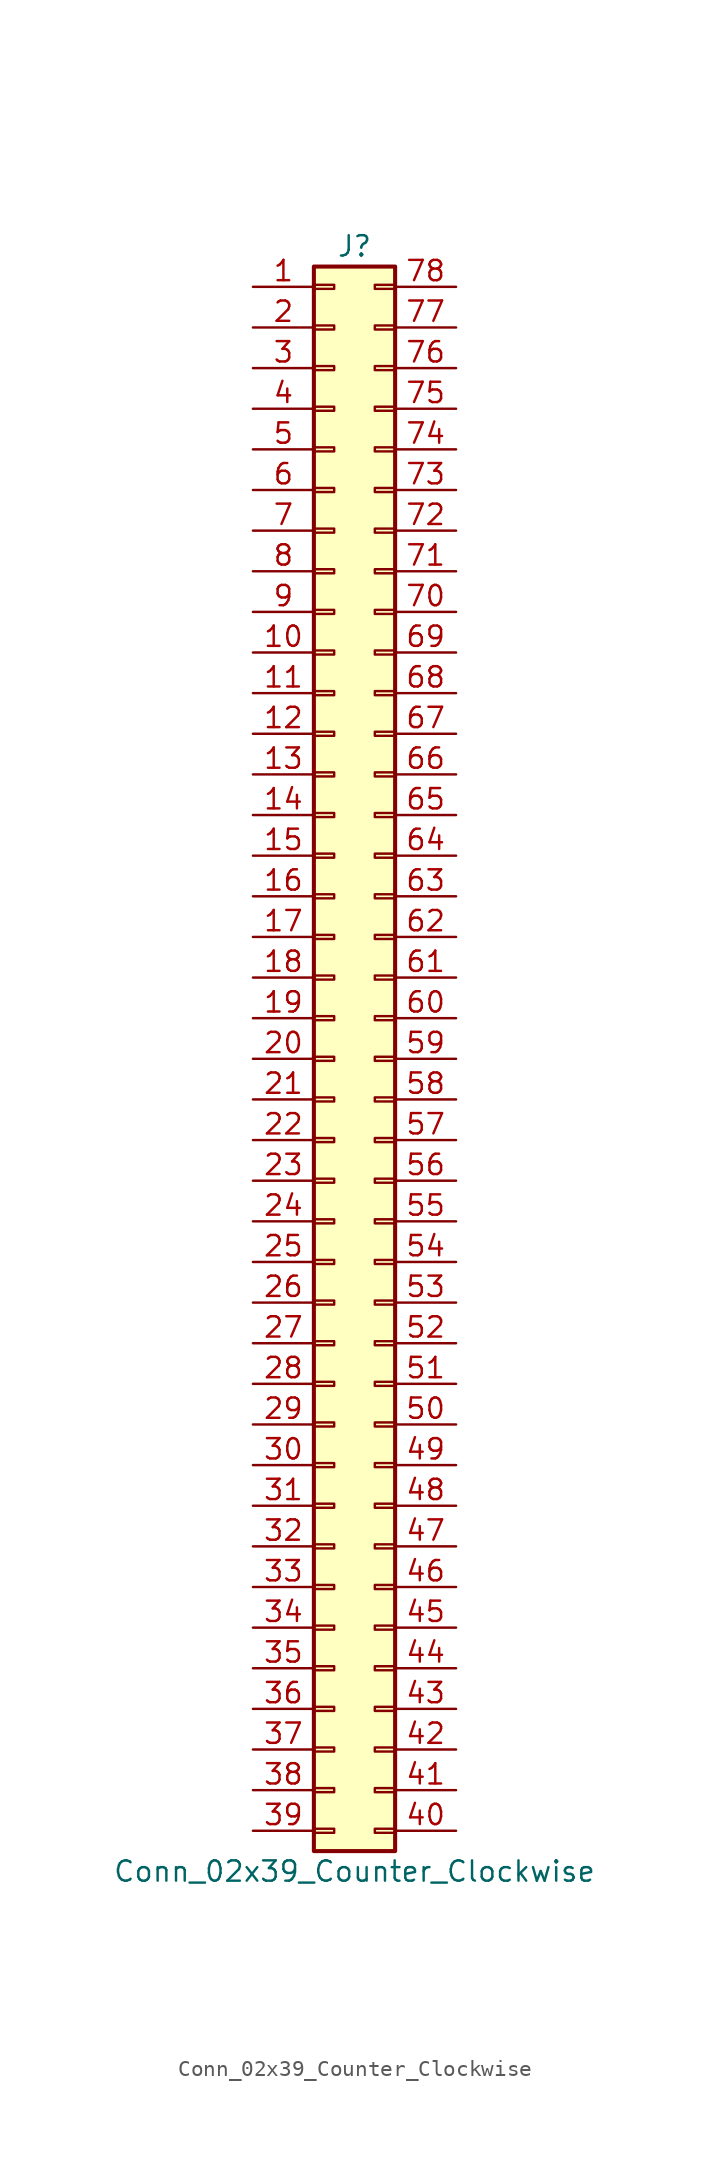
<source format=kicad_sym>
(kicad_symbol_lib
  (version 20201005)
  (generator kicad_symbol_editor)
  (symbol "Conn_02x39_Counter_Clockwise"
    (pin_names
      (offset 1.016) hide)
    (property "Reference" "J"
      (at 1.27 50.8 0)
      (effects (font (size 1.27 1.27))))
    (property "Value" "Conn_02x39_Counter_Clockwise"
      (at 1.27 -50.8 0)
      (effects (font (size 1.27 1.27))))
    (symbol "Conn_02x39_Counter_Clockwise_1_1"
      (rectangle (start -1.27 -48.133) (end 0 -48.387) (stroke (width 0.152)) (fill (type none)))
      (rectangle (start -1.27 -45.593) (end 0 -45.847) (stroke (width 0.152)) (fill (type none)))
      (rectangle (start -1.27 -43.053) (end 0 -43.307) (stroke (width 0.152)) (fill (type none)))
      (rectangle (start -1.27 -40.513) (end 0 -40.767) (stroke (width 0.152)) (fill (type none)))
      (rectangle (start -1.27 -37.973) (end 0 -38.227) (stroke (width 0.152)) (fill (type none)))
      (rectangle (start -1.27 -35.433) (end 0 -35.687) (stroke (width 0.152)) (fill (type none)))
      (rectangle (start -1.27 -32.893) (end 0 -33.147) (stroke (width 0.152)) (fill (type none)))
      (rectangle (start -1.27 -30.353) (end 0 -30.607) (stroke (width 0.152)) (fill (type none)))
      (rectangle (start -1.27 -27.813) (end 0 -28.067) (stroke (width 0.152)) (fill (type none)))
      (rectangle (start -1.27 -25.273) (end 0 -25.527) (stroke (width 0.152)) (fill (type none)))
      (rectangle (start -1.27 -22.733) (end 0 -22.987) (stroke (width 0.152)) (fill (type none)))
      (rectangle (start -1.27 -20.193) (end 0 -20.447) (stroke (width 0.152)) (fill (type none)))
      (rectangle (start -1.27 -17.653) (end 0 -17.907) (stroke (width 0.152)) (fill (type none)))
      (rectangle (start -1.27 -15.113) (end 0 -15.367) (stroke (width 0.152)) (fill (type none)))
      (rectangle (start -1.27 -12.573) (end 0 -12.827) (stroke (width 0.152)) (fill (type none)))
      (rectangle (start -1.27 -10.033) (end 0 -10.287) (stroke (width 0.152)) (fill (type none)))
      (rectangle (start -1.27 -7.493) (end 0 -7.747) (stroke (width 0.152)) (fill (type none)))
      (rectangle (start -1.27 -4.953) (end 0 -5.207) (stroke (width 0.152)) (fill (type none)))
      (rectangle (start -1.27 -2.413) (end 0 -2.667) (stroke (width 0.152)) (fill (type none)))
      (rectangle (start -1.27 0.127) (end 0 -0.127) (stroke (width 0.152)) (fill (type none)))
      (rectangle (start -1.27 2.667) (end 0 2.413) (stroke (width 0.152)) (fill (type none)))
      (rectangle (start -1.27 5.207) (end 0 4.953) (stroke (width 0.152)) (fill (type none)))
      (rectangle (start -1.27 7.747) (end 0 7.493) (stroke (width 0.152)) (fill (type none)))
      (rectangle (start -1.27 10.287) (end 0 10.033) (stroke (width 0.152)) (fill (type none)))
      (rectangle (start -1.27 12.827) (end 0 12.573) (stroke (width 0.152)) (fill (type none)))
      (rectangle (start -1.27 15.367) (end 0 15.113) (stroke (width 0.152)) (fill (type none)))
      (rectangle (start -1.27 17.907) (end 0 17.653) (stroke (width 0.152)) (fill (type none)))
      (rectangle (start -1.27 20.447) (end 0 20.193) (stroke (width 0.152)) (fill (type none)))
      (rectangle (start -1.27 22.987) (end 0 22.733) (stroke (width 0.152)) (fill (type none)))
      (rectangle (start -1.27 25.527) (end 0 25.273) (stroke (width 0.152)) (fill (type none)))
      (rectangle (start -1.27 28.067) (end 0 27.813) (stroke (width 0.152)) (fill (type none)))
      (rectangle (start -1.27 30.607) (end 0 30.353) (stroke (width 0.152)) (fill (type none)))
      (rectangle (start -1.27 33.147) (end 0 32.893) (stroke (width 0.152)) (fill (type none)))
      (rectangle (start -1.27 35.687) (end 0 35.433) (stroke (width 0.152)) (fill (type none)))
      (rectangle (start -1.27 38.227) (end 0 37.973) (stroke (width 0.152)) (fill (type none)))
      (rectangle (start -1.27 40.767) (end 0 40.513) (stroke (width 0.152)) (fill (type none)))
      (rectangle (start -1.27 43.307) (end 0 43.053) (stroke (width 0.152)) (fill (type none)))
      (rectangle (start -1.27 45.847) (end 0 45.593) (stroke (width 0.152)) (fill (type none)))
      (rectangle (start -1.27 48.387) (end 0 48.133) (stroke (width 0.152)) (fill (type none)))
      (rectangle (start -1.27 49.53) (end 3.81 -49.53) (stroke (width 0.254)) (fill (type background)))
      (rectangle (start 3.81 -48.133) (end 2.54 -48.387) (stroke (width 0.152)) (fill (type none)))
      (rectangle (start 3.81 -45.593) (end 2.54 -45.847) (stroke (width 0.152)) (fill (type none)))
      (rectangle (start 3.81 -43.053) (end 2.54 -43.307) (stroke (width 0.152)) (fill (type none)))
      (rectangle (start 3.81 -40.513) (end 2.54 -40.767) (stroke (width 0.152)) (fill (type none)))
      (rectangle (start 3.81 -37.973) (end 2.54 -38.227) (stroke (width 0.152)) (fill (type none)))
      (rectangle (start 3.81 -35.433) (end 2.54 -35.687) (stroke (width 0.152)) (fill (type none)))
      (rectangle (start 3.81 -32.893) (end 2.54 -33.147) (stroke (width 0.152)) (fill (type none)))
      (rectangle (start 3.81 -30.353) (end 2.54 -30.607) (stroke (width 0.152)) (fill (type none)))
      (rectangle (start 3.81 -27.813) (end 2.54 -28.067) (stroke (width 0.152)) (fill (type none)))
      (rectangle (start 3.81 -25.273) (end 2.54 -25.527) (stroke (width 0.152)) (fill (type none)))
      (rectangle (start 3.81 -22.733) (end 2.54 -22.987) (stroke (width 0.152)) (fill (type none)))
      (rectangle (start 3.81 -20.193) (end 2.54 -20.447) (stroke (width 0.152)) (fill (type none)))
      (rectangle (start 3.81 -17.653) (end 2.54 -17.907) (stroke (width 0.152)) (fill (type none)))
      (rectangle (start 3.81 -15.113) (end 2.54 -15.367) (stroke (width 0.152)) (fill (type none)))
      (rectangle (start 3.81 -12.573) (end 2.54 -12.827) (stroke (width 0.152)) (fill (type none)))
      (rectangle (start 3.81 -10.033) (end 2.54 -10.287) (stroke (width 0.152)) (fill (type none)))
      (rectangle (start 3.81 -7.493) (end 2.54 -7.747) (stroke (width 0.152)) (fill (type none)))
      (rectangle (start 3.81 -4.953) (end 2.54 -5.207) (stroke (width 0.152)) (fill (type none)))
      (rectangle (start 3.81 -2.413) (end 2.54 -2.667) (stroke (width 0.152)) (fill (type none)))
      (rectangle (start 3.81 0.127) (end 2.54 -0.127) (stroke (width 0.152)) (fill (type none)))
      (rectangle (start 3.81 2.667) (end 2.54 2.413) (stroke (width 0.152)) (fill (type none)))
      (rectangle (start 3.81 5.207) (end 2.54 4.953) (stroke (width 0.152)) (fill (type none)))
      (rectangle (start 3.81 7.747) (end 2.54 7.493) (stroke (width 0.152)) (fill (type none)))
      (rectangle (start 3.81 10.287) (end 2.54 10.033) (stroke (width 0.152)) (fill (type none)))
      (rectangle (start 3.81 12.827) (end 2.54 12.573) (stroke (width 0.152)) (fill (type none)))
      (rectangle (start 3.81 15.367) (end 2.54 15.113) (stroke (width 0.152)) (fill (type none)))
      (rectangle (start 3.81 17.907) (end 2.54 17.653) (stroke (width 0.152)) (fill (type none)))
      (rectangle (start 3.81 20.447) (end 2.54 20.193) (stroke (width 0.152)) (fill (type none)))
      (rectangle (start 3.81 22.987) (end 2.54 22.733) (stroke (width 0.152)) (fill (type none)))
      (rectangle (start 3.81 25.527) (end 2.54 25.273) (stroke (width 0.152)) (fill (type none)))
      (rectangle (start 3.81 28.067) (end 2.54 27.813) (stroke (width 0.152)) (fill (type none)))
      (rectangle (start 3.81 30.607) (end 2.54 30.353) (stroke (width 0.152)) (fill (type none)))
      (rectangle (start 3.81 33.147) (end 2.54 32.893) (stroke (width 0.152)) (fill (type none)))
      (rectangle (start 3.81 35.687) (end 2.54 35.433) (stroke (width 0.152)) (fill (type none)))
      (rectangle (start 3.81 38.227) (end 2.54 37.973) (stroke (width 0.152)) (fill (type none)))
      (rectangle (start 3.81 40.767) (end 2.54 40.513) (stroke (width 0.152)) (fill (type none)))
      (rectangle (start 3.81 43.307) (end 2.54 43.053) (stroke (width 0.152)) (fill (type none)))
      (rectangle (start 3.81 45.847) (end 2.54 45.593) (stroke (width 0.152)) (fill (type none)))
      (rectangle (start 3.81 48.387) (end 2.54 48.133) (stroke (width 0.152)) (fill (type none)))
      (pin passive line (at -5.08 48.26 0) (length 3.81) (name "Pin_1" (effects (font (size 1.27 1.27)))) (number "1" (effects (font (size 1.27 1.27)))))
      (pin passive line (at -5.08 25.4 0) (length 3.81) (name "Pin_10" (effects (font (size 1.27 1.27)))) (number "10" (effects (font (size 1.27 1.27)))))
      (pin passive line (at -5.08 22.86 0) (length 3.81) (name "Pin_11" (effects (font (size 1.27 1.27)))) (number "11" (effects (font (size 1.27 1.27)))))
      (pin passive line (at -5.08 20.32 0) (length 3.81) (name "Pin_12" (effects (font (size 1.27 1.27)))) (number "12" (effects (font (size 1.27 1.27)))))
      (pin passive line (at -5.08 17.78 0) (length 3.81) (name "Pin_13" (effects (font (size 1.27 1.27)))) (number "13" (effects (font (size 1.27 1.27)))))
      (pin passive line (at -5.08 15.24 0) (length 3.81) (name "Pin_14" (effects (font (size 1.27 1.27)))) (number "14" (effects (font (size 1.27 1.27)))))
      (pin passive line (at -5.08 12.7 0) (length 3.81) (name "Pin_15" (effects (font (size 1.27 1.27)))) (number "15" (effects (font (size 1.27 1.27)))))
      (pin passive line (at -5.08 10.16 0) (length 3.81) (name "Pin_16" (effects (font (size 1.27 1.27)))) (number "16" (effects (font (size 1.27 1.27)))))
      (pin passive line (at -5.08 7.62 0) (length 3.81) (name "Pin_17" (effects (font (size 1.27 1.27)))) (number "17" (effects (font (size 1.27 1.27)))))
      (pin passive line (at -5.08 5.08 0) (length 3.81) (name "Pin_18" (effects (font (size 1.27 1.27)))) (number "18" (effects (font (size 1.27 1.27)))))
      (pin passive line (at -5.08 2.54 0) (length 3.81) (name "Pin_19" (effects (font (size 1.27 1.27)))) (number "19" (effects (font (size 1.27 1.27)))))
      (pin passive line (at -5.08 45.72 0) (length 3.81) (name "Pin_2" (effects (font (size 1.27 1.27)))) (number "2" (effects (font (size 1.27 1.27)))))
      (pin passive line (at -5.08 0 0) (length 3.81) (name "Pin_20" (effects (font (size 1.27 1.27)))) (number "20" (effects (font (size 1.27 1.27)))))
      (pin passive line (at -5.08 -2.54 0) (length 3.81) (name "Pin_21" (effects (font (size 1.27 1.27)))) (number "21" (effects (font (size 1.27 1.27)))))
      (pin passive line (at -5.08 -5.08 0) (length 3.81) (name "Pin_22" (effects (font (size 1.27 1.27)))) (number "22" (effects (font (size 1.27 1.27)))))
      (pin passive line (at -5.08 -7.62 0) (length 3.81) (name "Pin_23" (effects (font (size 1.27 1.27)))) (number "23" (effects (font (size 1.27 1.27)))))
      (pin passive line (at -5.08 -10.16 0) (length 3.81) (name "Pin_24" (effects (font (size 1.27 1.27)))) (number "24" (effects (font (size 1.27 1.27)))))
      (pin passive line (at -5.08 -12.7 0) (length 3.81) (name "Pin_25" (effects (font (size 1.27 1.27)))) (number "25" (effects (font (size 1.27 1.27)))))
      (pin passive line (at -5.08 -15.24 0) (length 3.81) (name "Pin_26" (effects (font (size 1.27 1.27)))) (number "26" (effects (font (size 1.27 1.27)))))
      (pin passive line (at -5.08 -17.78 0) (length 3.81) (name "Pin_27" (effects (font (size 1.27 1.27)))) (number "27" (effects (font (size 1.27 1.27)))))
      (pin passive line (at -5.08 -20.32 0) (length 3.81) (name "Pin_28" (effects (font (size 1.27 1.27)))) (number "28" (effects (font (size 1.27 1.27)))))
      (pin passive line (at -5.08 -22.86 0) (length 3.81) (name "Pin_29" (effects (font (size 1.27 1.27)))) (number "29" (effects (font (size 1.27 1.27)))))
      (pin passive line (at -5.08 43.18 0) (length 3.81) (name "Pin_3" (effects (font (size 1.27 1.27)))) (number "3" (effects (font (size 1.27 1.27)))))
      (pin passive line (at -5.08 -25.4 0) (length 3.81) (name "Pin_30" (effects (font (size 1.27 1.27)))) (number "30" (effects (font (size 1.27 1.27)))))
      (pin passive line (at -5.08 -27.94 0) (length 3.81) (name "Pin_31" (effects (font (size 1.27 1.27)))) (number "31" (effects (font (size 1.27 1.27)))))
      (pin passive line (at -5.08 -30.48 0) (length 3.81) (name "Pin_32" (effects (font (size 1.27 1.27)))) (number "32" (effects (font (size 1.27 1.27)))))
      (pin passive line (at -5.08 -33.02 0) (length 3.81) (name "Pin_33" (effects (font (size 1.27 1.27)))) (number "33" (effects (font (size 1.27 1.27)))))
      (pin passive line (at -5.08 -35.56 0) (length 3.81) (name "Pin_34" (effects (font (size 1.27 1.27)))) (number "34" (effects (font (size 1.27 1.27)))))
      (pin passive line (at -5.08 -38.1 0) (length 3.81) (name "Pin_35" (effects (font (size 1.27 1.27)))) (number "35" (effects (font (size 1.27 1.27)))))
      (pin passive line (at -5.08 -40.64 0) (length 3.81) (name "Pin_36" (effects (font (size 1.27 1.27)))) (number "36" (effects (font (size 1.27 1.27)))))
      (pin passive line (at -5.08 -43.18 0) (length 3.81) (name "Pin_37" (effects (font (size 1.27 1.27)))) (number "37" (effects (font (size 1.27 1.27)))))
      (pin passive line (at -5.08 -45.72 0) (length 3.81) (name "Pin_38" (effects (font (size 1.27 1.27)))) (number "38" (effects (font (size 1.27 1.27)))))
      (pin passive line (at -5.08 -48.26 0) (length 3.81) (name "Pin_39" (effects (font (size 1.27 1.27)))) (number "39" (effects (font (size 1.27 1.27)))))
      (pin passive line (at -5.08 40.64 0) (length 3.81) (name "Pin_4" (effects (font (size 1.27 1.27)))) (number "4" (effects (font (size 1.27 1.27)))))
      (pin passive line (at 7.62 -48.26 180) (length 3.81) (name "Pin_40" (effects (font (size 1.27 1.27)))) (number "40" (effects (font (size 1.27 1.27)))))
      (pin passive line (at 7.62 -45.72 180) (length 3.81) (name "Pin_41" (effects (font (size 1.27 1.27)))) (number "41" (effects (font (size 1.27 1.27)))))
      (pin passive line (at 7.62 -43.18 180) (length 3.81) (name "Pin_42" (effects (font (size 1.27 1.27)))) (number "42" (effects (font (size 1.27 1.27)))))
      (pin passive line (at 7.62 -40.64 180) (length 3.81) (name "Pin_43" (effects (font (size 1.27 1.27)))) (number "43" (effects (font (size 1.27 1.27)))))
      (pin passive line (at 7.62 -38.1 180) (length 3.81) (name "Pin_44" (effects (font (size 1.27 1.27)))) (number "44" (effects (font (size 1.27 1.27)))))
      (pin passive line (at 7.62 -35.56 180) (length 3.81) (name "Pin_45" (effects (font (size 1.27 1.27)))) (number "45" (effects (font (size 1.27 1.27)))))
      (pin passive line (at 7.62 -33.02 180) (length 3.81) (name "Pin_46" (effects (font (size 1.27 1.27)))) (number "46" (effects (font (size 1.27 1.27)))))
      (pin passive line (at 7.62 -30.48 180) (length 3.81) (name "Pin_47" (effects (font (size 1.27 1.27)))) (number "47" (effects (font (size 1.27 1.27)))))
      (pin passive line (at 7.62 -27.94 180) (length 3.81) (name "Pin_48" (effects (font (size 1.27 1.27)))) (number "48" (effects (font (size 1.27 1.27)))))
      (pin passive line (at 7.62 -25.4 180) (length 3.81) (name "Pin_49" (effects (font (size 1.27 1.27)))) (number "49" (effects (font (size 1.27 1.27)))))
      (pin passive line (at -5.08 38.1 0) (length 3.81) (name "Pin_5" (effects (font (size 1.27 1.27)))) (number "5" (effects (font (size 1.27 1.27)))))
      (pin passive line (at 7.62 -22.86 180) (length 3.81) (name "Pin_50" (effects (font (size 1.27 1.27)))) (number "50" (effects (font (size 1.27 1.27)))))
      (pin passive line (at 7.62 -20.32 180) (length 3.81) (name "Pin_51" (effects (font (size 1.27 1.27)))) (number "51" (effects (font (size 1.27 1.27)))))
      (pin passive line (at 7.62 -17.78 180) (length 3.81) (name "Pin_52" (effects (font (size 1.27 1.27)))) (number "52" (effects (font (size 1.27 1.27)))))
      (pin passive line (at 7.62 -15.24 180) (length 3.81) (name "Pin_53" (effects (font (size 1.27 1.27)))) (number "53" (effects (font (size 1.27 1.27)))))
      (pin passive line (at 7.62 -12.7 180) (length 3.81) (name "Pin_54" (effects (font (size 1.27 1.27)))) (number "54" (effects (font (size 1.27 1.27)))))
      (pin passive line (at 7.62 -10.16 180) (length 3.81) (name "Pin_55" (effects (font (size 1.27 1.27)))) (number "55" (effects (font (size 1.27 1.27)))))
      (pin passive line (at 7.62 -7.62 180) (length 3.81) (name "Pin_56" (effects (font (size 1.27 1.27)))) (number "56" (effects (font (size 1.27 1.27)))))
      (pin passive line (at 7.62 -5.08 180) (length 3.81) (name "Pin_57" (effects (font (size 1.27 1.27)))) (number "57" (effects (font (size 1.27 1.27)))))
      (pin passive line (at 7.62 -2.54 180) (length 3.81) (name "Pin_58" (effects (font (size 1.27 1.27)))) (number "58" (effects (font (size 1.27 1.27)))))
      (pin passive line (at 7.62 0 180) (length 3.81) (name "Pin_59" (effects (font (size 1.27 1.27)))) (number "59" (effects (font (size 1.27 1.27)))))
      (pin passive line (at -5.08 35.56 0) (length 3.81) (name "Pin_6" (effects (font (size 1.27 1.27)))) (number "6" (effects (font (size 1.27 1.27)))))
      (pin passive line (at 7.62 2.54 180) (length 3.81) (name "Pin_60" (effects (font (size 1.27 1.27)))) (number "60" (effects (font (size 1.27 1.27)))))
      (pin passive line (at 7.62 5.08 180) (length 3.81) (name "Pin_61" (effects (font (size 1.27 1.27)))) (number "61" (effects (font (size 1.27 1.27)))))
      (pin passive line (at 7.62 7.62 180) (length 3.81) (name "Pin_62" (effects (font (size 1.27 1.27)))) (number "62" (effects (font (size 1.27 1.27)))))
      (pin passive line (at 7.62 10.16 180) (length 3.81) (name "Pin_63" (effects (font (size 1.27 1.27)))) (number "63" (effects (font (size 1.27 1.27)))))
      (pin passive line (at 7.62 12.7 180) (length 3.81) (name "Pin_64" (effects (font (size 1.27 1.27)))) (number "64" (effects (font (size 1.27 1.27)))))
      (pin passive line (at 7.62 15.24 180) (length 3.81) (name "Pin_65" (effects (font (size 1.27 1.27)))) (number "65" (effects (font (size 1.27 1.27)))))
      (pin passive line (at 7.62 17.78 180) (length 3.81) (name "Pin_66" (effects (font (size 1.27 1.27)))) (number "66" (effects (font (size 1.27 1.27)))))
      (pin passive line (at 7.62 20.32 180) (length 3.81) (name "Pin_67" (effects (font (size 1.27 1.27)))) (number "67" (effects (font (size 1.27 1.27)))))
      (pin passive line (at 7.62 22.86 180) (length 3.81) (name "Pin_68" (effects (font (size 1.27 1.27)))) (number "68" (effects (font (size 1.27 1.27)))))
      (pin passive line (at 7.62 25.4 180) (length 3.81) (name "Pin_69" (effects (font (size 1.27 1.27)))) (number "69" (effects (font (size 1.27 1.27)))))
      (pin passive line (at -5.08 33.02 0) (length 3.81) (name "Pin_7" (effects (font (size 1.27 1.27)))) (number "7" (effects (font (size 1.27 1.27)))))
      (pin passive line (at 7.62 27.94 180) (length 3.81) (name "Pin_70" (effects (font (size 1.27 1.27)))) (number "70" (effects (font (size 1.27 1.27)))))
      (pin passive line (at 7.62 30.48 180) (length 3.81) (name "Pin_71" (effects (font (size 1.27 1.27)))) (number "71" (effects (font (size 1.27 1.27)))))
      (pin passive line (at 7.62 33.02 180) (length 3.81) (name "Pin_72" (effects (font (size 1.27 1.27)))) (number "72" (effects (font (size 1.27 1.27)))))
      (pin passive line (at 7.62 35.56 180) (length 3.81) (name "Pin_73" (effects (font (size 1.27 1.27)))) (number "73" (effects (font (size 1.27 1.27)))))
      (pin passive line (at 7.62 38.1 180) (length 3.81) (name "Pin_74" (effects (font (size 1.27 1.27)))) (number "74" (effects (font (size 1.27 1.27)))))
      (pin passive line (at 7.62 40.64 180) (length 3.81) (name "Pin_75" (effects (font (size 1.27 1.27)))) (number "75" (effects (font (size 1.27 1.27)))))
      (pin passive line (at 7.62 43.18 180) (length 3.81) (name "Pin_76" (effects (font (size 1.27 1.27)))) (number "76" (effects (font (size 1.27 1.27)))))
      (pin passive line (at 7.62 45.72 180) (length 3.81) (name "Pin_77" (effects (font (size 1.27 1.27)))) (number "77" (effects (font (size 1.27 1.27)))))
      (pin passive line (at 7.62 48.26 180) (length 3.81) (name "Pin_78" (effects (font (size 1.27 1.27)))) (number "78" (effects (font (size 1.27 1.27)))))
      (pin passive line (at -5.08 30.48 0) (length 3.81) (name "Pin_8" (effects (font (size 1.27 1.27)))) (number "8" (effects (font (size 1.27 1.27)))))
      (pin passive line (at -5.08 27.94 0) (length 3.81) (name "Pin_9" (effects (font (size 1.27 1.27)))) (number "9" (effects (font (size 1.27 1.27))))))))
</source>
